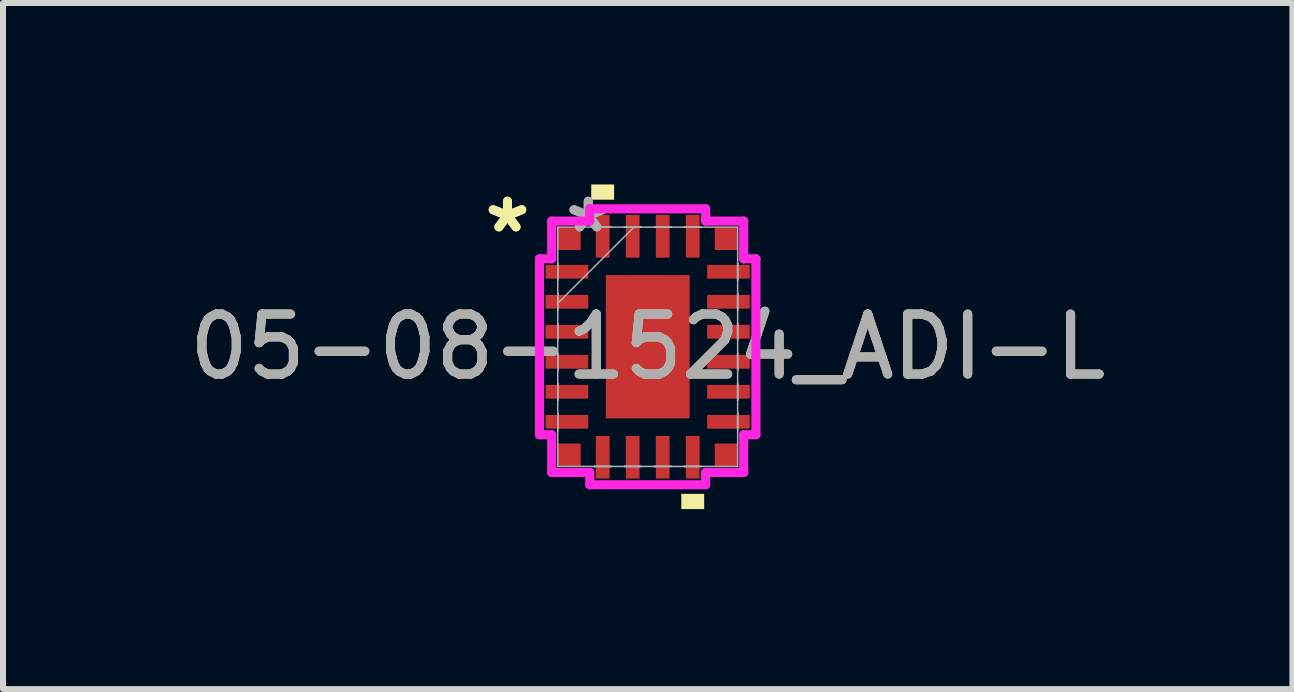
<source format=kicad_pcb>
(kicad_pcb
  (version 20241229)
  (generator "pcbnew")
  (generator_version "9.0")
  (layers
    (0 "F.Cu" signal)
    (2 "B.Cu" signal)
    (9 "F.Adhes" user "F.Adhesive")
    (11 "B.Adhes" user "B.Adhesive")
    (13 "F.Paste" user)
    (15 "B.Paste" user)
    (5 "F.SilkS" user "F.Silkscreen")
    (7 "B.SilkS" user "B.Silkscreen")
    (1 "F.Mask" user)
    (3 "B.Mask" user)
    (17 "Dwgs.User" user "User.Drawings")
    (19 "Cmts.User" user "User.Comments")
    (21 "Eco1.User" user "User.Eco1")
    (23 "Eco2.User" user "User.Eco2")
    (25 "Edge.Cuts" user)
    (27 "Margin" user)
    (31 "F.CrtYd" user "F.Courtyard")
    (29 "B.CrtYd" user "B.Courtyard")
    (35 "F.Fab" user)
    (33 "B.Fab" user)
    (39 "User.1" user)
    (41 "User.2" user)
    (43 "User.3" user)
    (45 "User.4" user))
  (footprint "05-08-1524_ADI-L"
    (layer "F.Cu")
    (at 7.744 2.729)
    (property "Reference" "05-08-1524_ADI-L" (at 0 0 0) (unlocked yes) (layer "F.SilkS") (effects (font (size 1 1) (thickness 0.15))))
    (attr smd)
    (fp_poly (pts (xy -0.941 -2.451) (xy -0.941 -2.705) (xy -0.56 -2.705) (xy -0.56 -2.451)) (stroke (width 0) (type solid)) (fill yes) (layer "F.SilkS"))
    (fp_poly (pts (xy 0.56 2.451) (xy 0.56 2.705) (xy 0.941 2.705) (xy 0.941 2.451)) (stroke (width 0) (type solid)) (fill yes) (layer "F.SilkS"))
    (fp_line (start -1.803 -1.466) (end -1.6 -1.466) (stroke (width 0.152) (type solid)) (layer "F.CrtYd"))
    (fp_line (start -1.803 1.466) (end -1.803 -1.466) (stroke (width 0.152) (type solid)) (layer "F.CrtYd"))
    (fp_line (start -1.803 1.466) (end -1.6 1.466) (stroke (width 0.152) (type solid)) (layer "F.CrtYd"))
    (fp_line (start -1.6 -2.095) (end -0.966 -2.095) (stroke (width 0.152) (type solid)) (layer "F.CrtYd"))
    (fp_line (start -1.6 -1.466) (end -1.6 -2.095) (stroke (width 0.152) (type solid)) (layer "F.CrtYd"))
    (fp_line (start -1.6 2.095) (end -1.6 1.466) (stroke (width 0.152) (type solid)) (layer "F.CrtYd"))
    (fp_line (start -0.966 -2.299) (end 0.966 -2.299) (stroke (width 0.152) (type solid)) (layer "F.CrtYd"))
    (fp_line (start -0.966 -2.095) (end -0.966 -2.299) (stroke (width 0.152) (type solid)) (layer "F.CrtYd"))
    (fp_line (start -0.966 2.095) (end -1.6 2.095) (stroke (width 0.152) (type solid)) (layer "F.CrtYd"))
    (fp_line (start -0.966 2.299) (end -0.966 2.095) (stroke (width 0.152) (type solid)) (layer "F.CrtYd"))
    (fp_line (start 0.966 -2.299) (end 0.966 -2.095) (stroke (width 0.152) (type solid)) (layer "F.CrtYd"))
    (fp_line (start 0.966 -2.095) (end 1.6 -2.095) (stroke (width 0.152) (type solid)) (layer "F.CrtYd"))
    (fp_line (start 0.966 2.095) (end 0.966 2.299) (stroke (width 0.152) (type solid)) (layer "F.CrtYd"))
    (fp_line (start 0.966 2.299) (end -0.966 2.299) (stroke (width 0.152) (type solid)) (layer "F.CrtYd"))
    (fp_line (start 1.6 -2.095) (end 1.6 -1.466) (stroke (width 0.152) (type solid)) (layer "F.CrtYd"))
    (fp_line (start 1.6 -1.466) (end 1.803 -1.466) (stroke (width 0.152) (type solid)) (layer "F.CrtYd"))
    (fp_line (start 1.6 1.466) (end 1.6 2.095) (stroke (width 0.152) (type solid)) (layer "F.CrtYd"))
    (fp_line (start 1.6 2.095) (end 0.966 2.095) (stroke (width 0.152) (type solid)) (layer "F.CrtYd"))
    (fp_line (start 1.803 -1.466) (end 1.803 1.466) (stroke (width 0.152) (type solid)) (layer "F.CrtYd"))
    (fp_line (start 1.803 1.466) (end 1.6 1.466) (stroke (width 0.152) (type solid)) (layer "F.CrtYd"))
    (fp_line (start -1.499 -1.994) (end -1.499 1.994) (stroke (width 0.025) (type solid)) (layer "F.Fab"))
    (fp_line (start -1.499 -1.39) (end -1.499 -1.39) (stroke (width 0.025) (type solid)) (layer "F.Fab"))
    (fp_line (start -1.499 -1.39) (end -1.499 -1.11) (stroke (width 0.025) (type solid)) (layer "F.Fab"))
    (fp_line (start -1.499 -1.11) (end -1.499 -1.39) (stroke (width 0.025) (type solid)) (layer "F.Fab"))
    (fp_line (start -1.499 -1.11) (end -1.499 -1.11) (stroke (width 0.025) (type solid)) (layer "F.Fab"))
    (fp_line (start -1.499 -0.89) (end -1.499 -0.89) (stroke (width 0.025) (type solid)) (layer "F.Fab"))
    (fp_line (start -1.499 -0.89) (end -1.499 -0.61) (stroke (width 0.025) (type solid)) (layer "F.Fab"))
    (fp_line (start -1.499 -0.724) (end -0.229 -1.994) (stroke (width 0.025) (type solid)) (layer "F.Fab"))
    (fp_line (start -1.499 -0.61) (end -1.499 -0.89) (stroke (width 0.025) (type solid)) (layer "F.Fab"))
    (fp_line (start -1.499 -0.61) (end -1.499 -0.61) (stroke (width 0.025) (type solid)) (layer "F.Fab"))
    (fp_line (start -1.499 -0.39) (end -1.499 -0.39) (stroke (width 0.025) (type solid)) (layer "F.Fab"))
    (fp_line (start -1.499 -0.39) (end -1.499 -0.11) (stroke (width 0.025) (type solid)) (layer "F.Fab"))
    (fp_line (start -1.499 -0.11) (end -1.499 -0.39) (stroke (width 0.025) (type solid)) (layer "F.Fab"))
    (fp_line (start -1.499 -0.11) (end -1.499 -0.11) (stroke (width 0.025) (type solid)) (layer "F.Fab"))
    (fp_line (start -1.499 0.11) (end -1.499 0.11) (stroke (width 0.025) (type solid)) (layer "F.Fab"))
    (fp_line (start -1.499 0.11) (end -1.499 0.39) (stroke (width 0.025) (type solid)) (layer "F.Fab"))
    (fp_line (start -1.499 0.39) (end -1.499 0.11) (stroke (width 0.025) (type solid)) (layer "F.Fab"))
    (fp_line (start -1.499 0.39) (end -1.499 0.39) (stroke (width 0.025) (type solid)) (layer "F.Fab"))
    (fp_line (start -1.499 0.61) (end -1.499 0.61) (stroke (width 0.025) (type solid)) (layer "F.Fab"))
    (fp_line (start -1.499 0.61) (end -1.499 0.89) (stroke (width 0.025) (type solid)) (layer "F.Fab"))
    (fp_line (start -1.499 0.89) (end -1.499 0.61) (stroke (width 0.025) (type solid)) (layer "F.Fab"))
    (fp_line (start -1.499 0.89) (end -1.499 0.89) (stroke (width 0.025) (type solid)) (layer "F.Fab"))
    (fp_line (start -1.499 1.11) (end -1.499 1.11) (stroke (width 0.025) (type solid)) (layer "F.Fab"))
    (fp_line (start -1.499 1.11) (end -1.499 1.39) (stroke (width 0.025) (type solid)) (layer "F.Fab"))
    (fp_line (start -1.499 1.39) (end -1.499 1.11) (stroke (width 0.025) (type solid)) (layer "F.Fab"))
    (fp_line (start -1.499 1.39) (end -1.499 1.39) (stroke (width 0.025) (type solid)) (layer "F.Fab"))
    (fp_line (start -1.499 1.994) (end 1.499 1.994) (stroke (width 0.025) (type solid)) (layer "F.Fab"))
    (fp_line (start -0.89 -1.994) (end -0.89 -1.994) (stroke (width 0.025) (type solid)) (layer "F.Fab"))
    (fp_line (start -0.89 -1.994) (end -0.61 -1.994) (stroke (width 0.025) (type solid)) (layer "F.Fab"))
    (fp_line (start -0.89 1.994) (end -0.89 1.994) (stroke (width 0.025) (type solid)) (layer "F.Fab"))
    (fp_line (start -0.89 1.994) (end -0.61 1.994) (stroke (width 0.025) (type solid)) (layer "F.Fab"))
    (fp_line (start -0.61 -1.994) (end -0.89 -1.994) (stroke (width 0.025) (type solid)) (layer "F.Fab"))
    (fp_line (start -0.61 -1.994) (end -0.61 -1.994) (stroke (width 0.025) (type solid)) (layer "F.Fab"))
    (fp_line (start -0.61 1.994) (end -0.89 1.994) (stroke (width 0.025) (type solid)) (layer "F.Fab"))
    (fp_line (start -0.61 1.994) (end -0.61 1.994) (stroke (width 0.025) (type solid)) (layer "F.Fab"))
    (fp_line (start -0.39 -1.994) (end -0.39 -1.994) (stroke (width 0.025) (type solid)) (layer "F.Fab"))
    (fp_line (start -0.39 -1.994) (end -0.11 -1.994) (stroke (width 0.025) (type solid)) (layer "F.Fab"))
    (fp_line (start -0.39 1.994) (end -0.39 1.994) (stroke (width 0.025) (type solid)) (layer "F.Fab"))
    (fp_line (start -0.39 1.994) (end -0.11 1.994) (stroke (width 0.025) (type solid)) (layer "F.Fab"))
    (fp_line (start -0.11 -1.994) (end -0.39 -1.994) (stroke (width 0.025) (type solid)) (layer "F.Fab"))
    (fp_line (start -0.11 -1.994) (end -0.11 -1.994) (stroke (width 0.025) (type solid)) (layer "F.Fab"))
    (fp_line (start -0.11 1.994) (end -0.39 1.994) (stroke (width 0.025) (type solid)) (layer "F.Fab"))
    (fp_line (start -0.11 1.994) (end -0.11 1.994) (stroke (width 0.025) (type solid)) (layer "F.Fab"))
    (fp_line (start 0.11 -1.994) (end 0.11 -1.994) (stroke (width 0.025) (type solid)) (layer "F.Fab"))
    (fp_line (start 0.11 -1.994) (end 0.39 -1.994) (stroke (width 0.025) (type solid)) (layer "F.Fab"))
    (fp_line (start 0.11 1.994) (end 0.11 1.994) (stroke (width 0.025) (type solid)) (layer "F.Fab"))
    (fp_line (start 0.11 1.994) (end 0.39 1.994) (stroke (width 0.025) (type solid)) (layer "F.Fab"))
    (fp_line (start 0.39 -1.994) (end 0.11 -1.994) (stroke (width 0.025) (type solid)) (layer "F.Fab"))
    (fp_line (start 0.39 -1.994) (end 0.39 -1.994) (stroke (width 0.025) (type solid)) (layer "F.Fab"))
    (fp_line (start 0.39 1.994) (end 0.11 1.994) (stroke (width 0.025) (type solid)) (layer "F.Fab"))
    (fp_line (start 0.39 1.994) (end 0.39 1.994) (stroke (width 0.025) (type solid)) (layer "F.Fab"))
    (fp_line (start 0.61 -1.994) (end 0.61 -1.994) (stroke (width 0.025) (type solid)) (layer "F.Fab"))
    (fp_line (start 0.61 -1.994) (end 0.89 -1.994) (stroke (width 0.025) (type solid)) (layer "F.Fab"))
    (fp_line (start 0.61 1.994) (end 0.61 1.994) (stroke (width 0.025) (type solid)) (layer "F.Fab"))
    (fp_line (start 0.61 1.994) (end 0.89 1.994) (stroke (width 0.025) (type solid)) (layer "F.Fab"))
    (fp_line (start 0.89 -1.994) (end 0.61 -1.994) (stroke (width 0.025) (type solid)) (layer "F.Fab"))
    (fp_line (start 0.89 -1.994) (end 0.89 -1.994) (stroke (width 0.025) (type solid)) (layer "F.Fab"))
    (fp_line (start 0.89 1.994) (end 0.61 1.994) (stroke (width 0.025) (type solid)) (layer "F.Fab"))
    (fp_line (start 0.89 1.994) (end 0.89 1.994) (stroke (width 0.025) (type solid)) (layer "F.Fab"))
    (fp_line (start 1.499 -1.994) (end -1.499 -1.994) (stroke (width 0.025) (type solid)) (layer "F.Fab"))
    (fp_line (start 1.499 -1.39) (end 1.499 -1.39) (stroke (width 0.025) (type solid)) (layer "F.Fab"))
    (fp_line (start 1.499 -1.39) (end 1.499 -1.11) (stroke (width 0.025) (type solid)) (layer "F.Fab"))
    (fp_line (start 1.499 -1.11) (end 1.499 -1.39) (stroke (width 0.025) (type solid)) (layer "F.Fab"))
    (fp_line (start 1.499 -1.11) (end 1.499 -1.11) (stroke (width 0.025) (type solid)) (layer "F.Fab"))
    (fp_line (start 1.499 -0.89) (end 1.499 -0.89) (stroke (width 0.025) (type solid)) (layer "F.Fab"))
    (fp_line (start 1.499 -0.89) (end 1.499 -0.61) (stroke (width 0.025) (type solid)) (layer "F.Fab"))
    (fp_line (start 1.499 -0.61) (end 1.499 -0.89) (stroke (width 0.025) (type solid)) (layer "F.Fab"))
    (fp_line (start 1.499 -0.61) (end 1.499 -0.61) (stroke (width 0.025) (type solid)) (layer "F.Fab"))
    (fp_line (start 1.499 -0.39) (end 1.499 -0.39) (stroke (width 0.025) (type solid)) (layer "F.Fab"))
    (fp_line (start 1.499 -0.39) (end 1.499 -0.11) (stroke (width 0.025) (type solid)) (layer "F.Fab"))
    (fp_line (start 1.499 -0.11) (end 1.499 -0.39) (stroke (width 0.025) (type solid)) (layer "F.Fab"))
    (fp_line (start 1.499 -0.11) (end 1.499 -0.11) (stroke (width 0.025) (type solid)) (layer "F.Fab"))
    (fp_line (start 1.499 0.11) (end 1.499 0.11) (stroke (width 0.025) (type solid)) (layer "F.Fab"))
    (fp_line (start 1.499 0.11) (end 1.499 0.39) (stroke (width 0.025) (type solid)) (layer "F.Fab"))
    (fp_line (start 1.499 0.39) (end 1.499 0.11) (stroke (width 0.025) (type solid)) (layer "F.Fab"))
    (fp_line (start 1.499 0.39) (end 1.499 0.39) (stroke (width 0.025) (type solid)) (layer "F.Fab"))
    (fp_line (start 1.499 0.61) (end 1.499 0.61) (stroke (width 0.025) (type solid)) (layer "F.Fab"))
    (fp_line (start 1.499 0.61) (end 1.499 0.89) (stroke (width 0.025) (type solid)) (layer "F.Fab"))
    (fp_line (start 1.499 0.89) (end 1.499 0.61) (stroke (width 0.025) (type solid)) (layer "F.Fab"))
    (fp_line (start 1.499 0.89) (end 1.499 0.89) (stroke (width 0.025) (type solid)) (layer "F.Fab"))
    (fp_line (start 1.499 1.11) (end 1.499 1.11) (stroke (width 0.025) (type solid)) (layer "F.Fab"))
    (fp_line (start 1.499 1.11) (end 1.499 1.39) (stroke (width 0.025) (type solid)) (layer "F.Fab"))
    (fp_line (start 1.499 1.39) (end 1.499 1.11) (stroke (width 0.025) (type solid)) (layer "F.Fab"))
    (fp_line (start 1.499 1.39) (end 1.499 1.39) (stroke (width 0.025) (type solid)) (layer "F.Fab"))
    (fp_line (start 1.499 1.994) (end 1.499 -1.994) (stroke (width 0.025) (type solid)) (layer "F.Fab"))
    (fp_text user "*" (at -2.337 -1.881 0) (layer "F.SilkS") (effects (font (size 1 1) (thickness 0.15))))
    (fp_text user "*" (at -2.337 -1.881 0) (unlocked yes) (layer "F.SilkS") (effects (font (size 1 1) (thickness 0.15))))
    (fp_text user "*" (at -0.991 -1.881 0) (unlocked yes) (layer "F.Fab") (effects (font (size 1 1) (thickness 0.15))))
    (fp_text user "${REFERENCE}" (at 0 0 0) (unlocked yes) (layer "F.Fab") (effects (font (size 1 1) (thickness 0.15))))
    (fp_text user "*" (at -0.991 -1.881 0) (layer "F.Fab") (effects (font (size 1 1) (thickness 0.15))))
    (pad "1" smd rect (at -1.346 -1.25 90) (size 0.229 0.711) (layers "F.Cu" "F.Mask" "F.Paste"))
    (pad "2" smd rect (at -1.346 -0.75 90) (size 0.229 0.711) (layers "F.Cu" "F.Mask" "F.Paste"))
    (pad "3" smd rect (at -1.346 -0.25 90) (size 0.229 0.711) (layers "F.Cu" "F.Mask" "F.Paste"))
    (pad "4" smd rect (at -1.346 0.25 90) (size 0.229 0.711) (layers "F.Cu" "F.Mask" "F.Paste"))
    (pad "5" smd rect (at -1.346 0.75 90) (size 0.229 0.711) (layers "F.Cu" "F.Mask" "F.Paste"))
    (pad "6" smd rect (at -1.346 1.25 90) (size 0.229 0.711) (layers "F.Cu" "F.Mask" "F.Paste"))
    (pad "7" smd rect (at -0.75 1.841) (size 0.229 0.711) (layers "F.Cu" "F.Mask" "F.Paste"))
    (pad "8" smd rect (at -0.25 1.841) (size 0.229 0.711) (layers "F.Cu" "F.Mask" "F.Paste"))
    (pad "9" smd rect (at 0.25 1.841) (size 0.229 0.711) (layers "F.Cu" "F.Mask" "F.Paste"))
    (pad "10" smd rect (at 0.75 1.841) (size 0.229 0.711) (layers "F.Cu" "F.Mask" "F.Paste"))
    (pad "11" smd rect (at 1.346 1.25 90) (size 0.229 0.711) (layers "F.Cu" "F.Mask" "F.Paste"))
    (pad "12" smd rect (at 1.346 0.75 90) (size 0.229 0.711) (layers "F.Cu" "F.Mask" "F.Paste"))
    (pad "13" smd rect (at 1.346 0.25 90) (size 0.229 0.711) (layers "F.Cu" "F.Mask" "F.Paste"))
    (pad "14" smd rect (at 1.346 -0.25 90) (size 0.229 0.711) (layers "F.Cu" "F.Mask" "F.Paste"))
    (pad "15" smd rect (at 1.346 -0.75 90) (size 0.229 0.711) (layers "F.Cu" "F.Mask" "F.Paste"))
    (pad "16" smd rect (at 1.346 -1.25 90) (size 0.229 0.711) (layers "F.Cu" "F.Mask" "F.Paste"))
    (pad "17" smd rect (at 0.75 -1.841) (size 0.229 0.711) (layers "F.Cu" "F.Mask" "F.Paste"))
    (pad "18" smd rect (at 0.25 -1.841) (size 0.229 0.711) (layers "F.Cu" "F.Mask" "F.Paste"))
    (pad "19" smd rect (at -0.25 -1.841) (size 0.229 0.711) (layers "F.Cu" "F.Mask" "F.Paste"))
    (pad "20" smd rect (at -0.75 -1.841) (size 0.229 0.711) (layers "F.Cu" "F.Mask" "F.Paste"))
    (pad "21" smd rect (at 0 0) (size 1.397 2.388) (layers "F.Cu" "F.Mask" "F.Paste"))
    (pad "22" smd rect (at -1.308 -1.803) (size 0.381 0.381) (layers "F.Cu" "F.Mask" "F.Paste"))
    (pad "23" smd rect (at -1.308 1.803) (size 0.381 0.381) (layers "F.Cu" "F.Mask" "F.Paste"))
    (pad "24" smd rect (at 1.308 1.803) (size 0.381 0.381) (layers "F.Cu" "F.Mask" "F.Paste"))
    (pad "25" smd rect (at 1.308 -1.803) (size 0.381 0.381) (layers "F.Cu" "F.Mask" "F.Paste")))
  (gr_rect
    (start -3 -3)
    (end 18.488 8.434)
    (stroke (width 0.1) (type default))
    (fill no)
    (layer "Edge.Cuts")))
</source>
